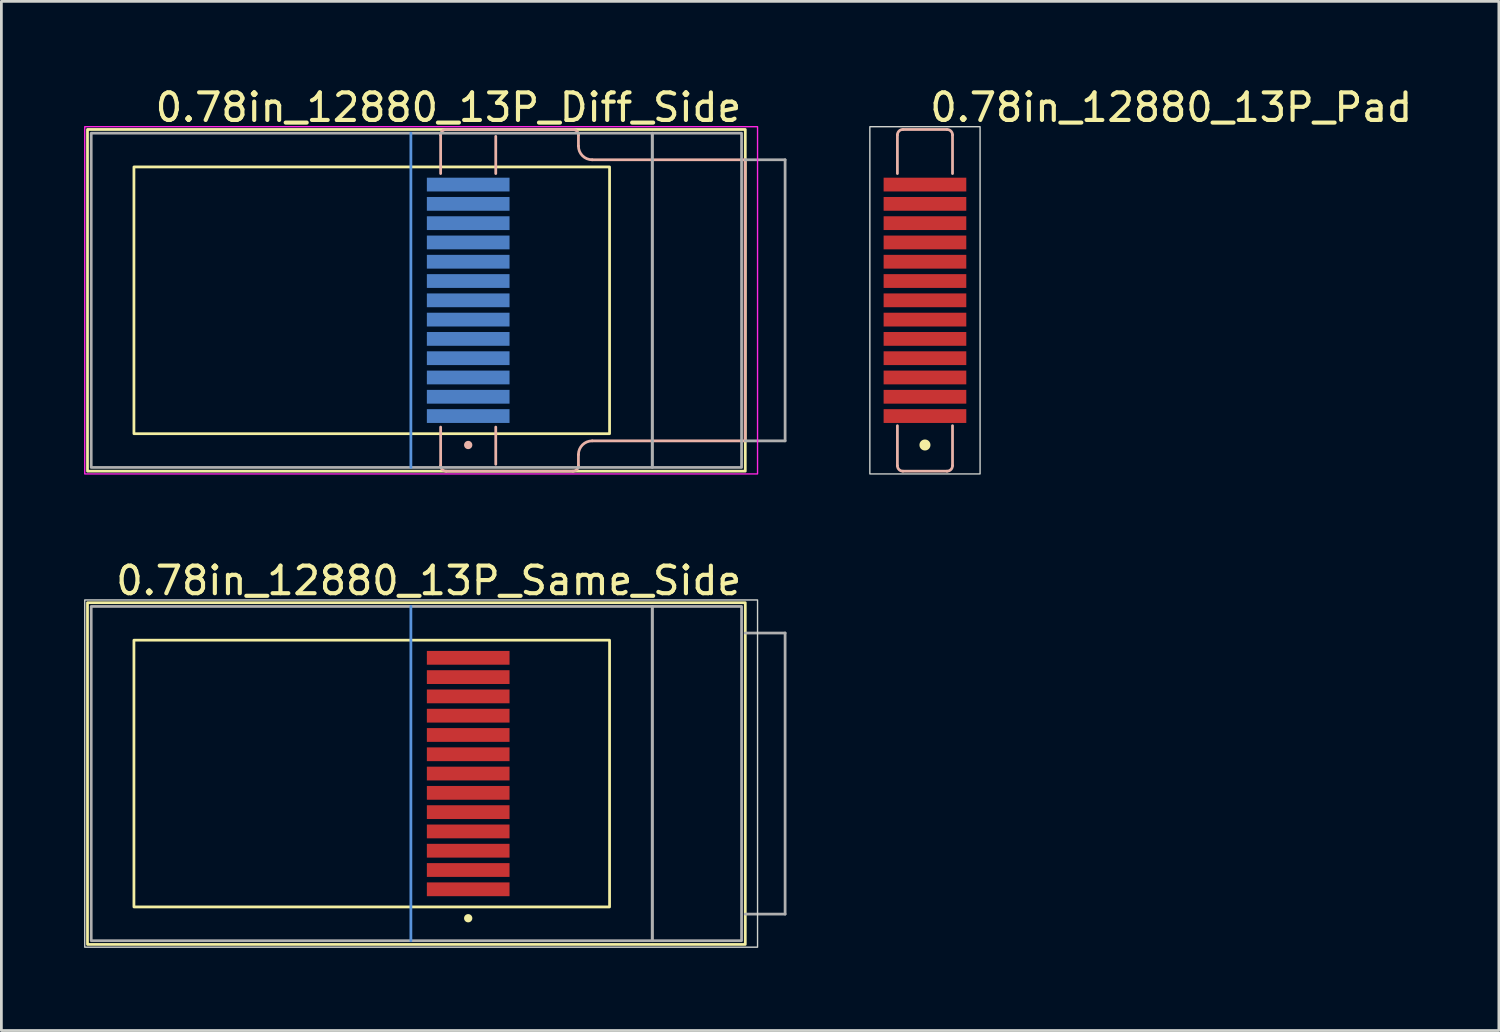
<source format=kicad_pcb>
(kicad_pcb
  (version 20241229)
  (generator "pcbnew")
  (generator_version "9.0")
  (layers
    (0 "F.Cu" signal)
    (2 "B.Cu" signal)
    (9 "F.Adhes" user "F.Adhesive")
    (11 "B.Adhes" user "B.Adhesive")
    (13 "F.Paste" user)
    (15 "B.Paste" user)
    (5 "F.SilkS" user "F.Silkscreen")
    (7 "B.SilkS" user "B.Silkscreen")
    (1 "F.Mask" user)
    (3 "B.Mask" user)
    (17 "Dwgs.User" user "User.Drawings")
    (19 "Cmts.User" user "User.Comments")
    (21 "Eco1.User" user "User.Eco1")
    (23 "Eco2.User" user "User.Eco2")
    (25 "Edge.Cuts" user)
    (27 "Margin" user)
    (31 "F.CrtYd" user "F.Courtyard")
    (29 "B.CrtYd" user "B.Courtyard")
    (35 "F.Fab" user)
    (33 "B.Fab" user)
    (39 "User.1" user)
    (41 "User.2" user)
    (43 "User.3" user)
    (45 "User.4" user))
  (footprint "0.78in_12880_13P_Pad"
    (layer "F.Cu")
    (at 30.515 7.848)
    (property "Reference" "0.78in_12880_13P_Pad" (at 0.1 -7 180) (layer "F.SilkS") (effects (font (size 1 1) (thickness 0.15)) (justify left)))
    (attr through_hole)
    (fp_circle (center 0 5.25) (end 0 5.4) (stroke (width 0.1) (type solid)) (fill yes) (layer "F.SilkS"))
    (fp_line (start -1 -6) (end -1 -4.6) (stroke (width 0.1) (type solid)) (layer "B.SilkS"))
    (fp_line (start -1 6) (end -1 4.55) (stroke (width 0.1) (type solid)) (layer "B.SilkS"))
    (fp_line (start -0.8 -6.2) (end 0.8 -6.2) (stroke (width 0.1) (type solid)) (layer "B.SilkS"))
    (fp_line (start -0.8 6.2) (end 0.8 6.2) (stroke (width 0.1) (type solid)) (layer "B.SilkS"))
    (fp_line (start 1 -6) (end 1 -4.6) (stroke (width 0.1) (type solid)) (layer "B.SilkS"))
    (fp_line (start 1 6) (end 1 4.55) (stroke (width 0.1) (type solid)) (layer "B.SilkS"))
    (fp_arc (start -1 -6) (mid -0.941421 -6.141421) (end -0.8 -6.2) (stroke (width 0.1) (type default)) (layer "B.SilkS"))
    (fp_arc (start -0.8 6.2) (mid -0.941421 6.141421) (end -1 6) (stroke (width 0.1) (type default)) (layer "B.SilkS"))
    (fp_arc (start 0.8 -6.2) (mid 0.941421 -6.141421) (end 1 -6) (stroke (width 0.1) (type default)) (layer "B.SilkS"))
    (fp_arc (start 1 6) (mid 0.941421 6.141421) (end 0.8 6.2) (stroke (width 0.1) (type default)) (layer "B.SilkS"))
    (fp_rect (start -2 -6.3) (end 2 6.3) (stroke (width 0.05) (type solid)) (fill no) (layer "Edge.Cuts"))
    (pad "1" smd rect (at 0 4.2) (size 3 0.5) (layers "F.Cu" "F.Mask" "F.Paste"))
    (pad "2" smd rect (at 0 3.5) (size 3 0.5) (layers "F.Cu" "F.Mask" "F.Paste"))
    (pad "3" smd rect (at 0 2.8) (size 3 0.5) (layers "F.Cu" "F.Mask" "F.Paste"))
    (pad "4" smd rect (at 0 2.1) (size 3 0.5) (layers "F.Cu" "F.Mask" "F.Paste"))
    (pad "5" smd rect (at 0 1.4) (size 3 0.5) (layers "F.Cu" "F.Mask" "F.Paste"))
    (pad "6" smd rect (at 0 0.7) (size 3 0.5) (layers "F.Cu" "F.Mask" "F.Paste"))
    (pad "7" smd rect (at 0 0) (size 3 0.5) (layers "F.Cu" "F.Mask" "F.Paste"))
    (pad "8" smd rect (at 0 -0.7) (size 3 0.5) (layers "F.Cu" "F.Mask" "F.Paste"))
    (pad "9" smd rect (at 0 -1.4) (size 3 0.5) (layers "F.Cu" "F.Mask" "F.Paste"))
    (pad "10" smd rect (at 0 -2.1) (size 3 0.5) (layers "F.Cu" "F.Mask" "F.Paste"))
    (pad "11" smd rect (at 0 -2.8) (size 3 0.5) (layers "F.Cu" "F.Mask" "F.Paste"))
    (pad "12" smd rect (at 0 -3.5) (size 3 0.5) (layers "F.Cu" "F.Mask" "F.Paste"))
    (pad "13" smd rect (at 0 -4.2) (size 3 0.5) (layers "F.Cu" "F.Mask" "F.Paste")))
  (footprint "0.78in_12880_13P_Diff_Side"
    (layer "F.Cu")
    (at 10.44 7.848)
    (property "Reference" "0.78in_12880_13P_Diff_Side" (at 13.5 -7 180) (layer "F.SilkS") (effects (font (size 1 1) (thickness 0.15)) (justify right)))
    (attr through_hole)
    (fp_rect (start -10.315 -6.2) (end 13.555 6.2) (stroke (width 0.1) (type solid)) (fill no) (layer "F.SilkS"))
    (fp_rect (start -8.63 -4.84) (end 8.63 4.84) (stroke (width 0.1) (type solid)) (fill no) (layer "F.SilkS"))
    (fp_line (start 2.5 -6) (end 2.5 -4.6) (stroke (width 0.1) (type solid)) (layer "B.SilkS"))
    (fp_line (start 2.5 6) (end 2.5 4.6) (stroke (width 0.1) (type solid)) (layer "B.SilkS"))
    (fp_line (start 2.7 -6.2) (end 7.3 -6.2) (stroke (width 0.1) (type solid)) (layer "B.SilkS"))
    (fp_line (start 2.7 6.2) (end 7.3 6.2) (stroke (width 0.1) (type solid)) (layer "B.SilkS"))
    (fp_line (start 4.5 -5.95) (end 4.5 -4.6) (stroke (width 0.1) (type default)) (layer "B.SilkS"))
    (fp_line (start 4.5 5.95) (end 4.5 4.6) (stroke (width 0.1) (type default)) (layer "B.SilkS"))
    (fp_line (start 7.5 -6) (end 7.5 -5.6) (stroke (width 0.1) (type default)) (layer "B.SilkS"))
    (fp_line (start 7.5 5.6) (end 7.5 6) (stroke (width 0.1) (type default)) (layer "B.SilkS"))
    (fp_line (start 8 -5.1) (end 13.55 -5.1) (stroke (width 0.1) (type solid)) (layer "B.SilkS"))
    (fp_line (start 8 5.1) (end 13.55 5.1) (stroke (width 0.1) (type solid)) (layer "B.SilkS"))
    (fp_line (start 13.55 -5.1) (end 13.55 5.1) (stroke (width 0.1) (type default)) (layer "B.SilkS"))
    (fp_arc (start 2.5 -6) (mid 2.558579 -6.141421) (end 2.7 -6.2) (stroke (width 0.1) (type default)) (layer "B.SilkS"))
    (fp_arc (start 2.7 6.2) (mid 2.558579 6.141421) (end 2.5 6) (stroke (width 0.1) (type default)) (layer "B.SilkS"))
    (fp_arc (start 7.3 -6.2) (mid 7.441421 -6.141421) (end 7.5 -6) (stroke (width 0.1) (type default)) (layer "B.SilkS"))
    (fp_arc (start 7.5 5.6) (mid 7.646447 5.246447) (end 8 5.1) (stroke (width 0.1) (type default)) (layer "B.SilkS"))
    (fp_arc (start 7.5 6) (mid 7.441421 6.141421) (end 7.3 6.2) (stroke (width 0.1) (type default)) (layer "B.SilkS"))
    (fp_arc (start 8 -5.1) (mid 7.646447 -5.246447) (end 7.5 -5.6) (stroke (width 0.1) (type default)) (layer "B.SilkS"))
    (fp_circle (center 3.5 5.25) (end 3.5 5.35) (stroke (width 0.1) (type solid)) (fill yes) (layer "B.SilkS"))
    (fp_line (start 1.42 -6.065) (end 1.42 6.065) (stroke (width 0.1) (type solid)) (layer "Cmts.User"))
    (fp_rect (start -10.415 -6.3) (end 14 6.3) (stroke (width 0.05) (type solid)) (fill no) (layer "F.CrtYd"))
    (fp_line (start 13.555 -5.1) (end 15 -5.1) (stroke (width 0.1) (type solid)) (layer "F.Fab"))
    (fp_line (start 13.555 5.1) (end 15 5.1) (stroke (width 0.1) (type solid)) (layer "F.Fab"))
    (fp_line (start 15 -5.1) (end 15 5.1) (stroke (width 0.1) (type solid)) (layer "F.Fab"))
    (fp_rect (start -10.18 -6.065) (end 10.18 6.065) (stroke (width 0.1) (type solid)) (fill no) (layer "F.Fab"))
    (fp_rect (start 10.18 -6.065) (end 13.42 6.065) (stroke (width 0.1) (type solid)) (fill no) (layer "F.Fab"))
    (pad "1" smd rect (at 3.5 4.2) (size 3 0.5) (layers "B.Cu" "B.Mask" "B.Paste"))
    (pad "2" smd rect (at 3.5 3.5) (size 3 0.5) (layers "B.Cu" "B.Mask" "B.Paste"))
    (pad "3" smd rect (at 3.5 2.8) (size 3 0.5) (layers "B.Cu" "B.Mask" "B.Paste"))
    (pad "4" smd rect (at 3.5 2.1) (size 3 0.5) (layers "B.Cu" "B.Mask" "B.Paste"))
    (pad "5" smd rect (at 3.5 1.4) (size 3 0.5) (layers "B.Cu" "B.Mask" "B.Paste"))
    (pad "6" smd rect (at 3.5 0.7) (size 3 0.5) (layers "B.Cu" "B.Mask" "B.Paste"))
    (pad "7" smd rect (at 3.5 0) (size 3 0.5) (layers "B.Cu" "B.Mask" "B.Paste"))
    (pad "8" smd rect (at 3.5 -0.7) (size 3 0.5) (layers "B.Cu" "B.Mask" "B.Paste"))
    (pad "9" smd rect (at 3.5 -1.4) (size 3 0.5) (layers "B.Cu" "B.Mask" "B.Paste"))
    (pad "10" smd rect (at 3.5 -2.1) (size 3 0.5) (layers "B.Cu" "B.Mask" "B.Paste"))
    (pad "11" smd rect (at 3.5 -2.8) (size 3 0.5) (layers "B.Cu" "B.Mask" "B.Paste"))
    (pad "12" smd rect (at 3.5 -3.5) (size 3 0.5) (layers "B.Cu" "B.Mask" "B.Paste"))
    (pad "13" smd rect (at 3.5 -4.2) (size 3 0.5) (layers "B.Cu" "B.Mask" "B.Paste")))
  (footprint "0.78in_12880_13P_Same_Side"
    (layer "F.Cu")
    (at 10.44 25.021)
    (property "Reference" "0.78in_12880_13P_Same_Side" (at 13.5 -7 180) (layer "F.SilkS") (effects (font (size 1 1) (thickness 0.15)) (justify right)))
    (attr through_hole)
    (fp_rect (start -10.315 -6.2) (end 13.555 6.2) (stroke (width 0.1) (type solid)) (fill no) (layer "F.SilkS"))
    (fp_rect (start -8.63 -4.84) (end 8.63 4.84) (stroke (width 0.1) (type solid)) (fill no) (layer "F.SilkS"))
    (fp_circle (center 3.5 5.25) (end 3.5 5.35) (stroke (width 0.1) (type solid)) (fill yes) (layer "F.SilkS"))
    (fp_line (start 1.42 -6.065) (end 1.42 6.065) (stroke (width 0.1) (type solid)) (layer "Cmts.User"))
    (fp_rect (start -10.415 -6.3) (end 14 6.3) (stroke (width 0.05) (type solid)) (fill no) (layer "Edge.Cuts"))
    (fp_line (start 13.555 -5.1) (end 15 -5.1) (stroke (width 0.1) (type solid)) (layer "F.Fab"))
    (fp_line (start 13.555 5.1) (end 15 5.1) (stroke (width 0.1) (type solid)) (layer "F.Fab"))
    (fp_line (start 15 -5.1) (end 15 5.1) (stroke (width 0.1) (type solid)) (layer "F.Fab"))
    (fp_rect (start -10.18 -6.065) (end 10.18 6.065) (stroke (width 0.1) (type solid)) (fill no) (layer "F.Fab"))
    (fp_rect (start 10.18 -6.065) (end 13.42 6.065) (stroke (width 0.1) (type solid)) (fill no) (layer "F.Fab"))
    (pad "1" smd rect (at 3.5 4.2) (size 3 0.5) (layers "F.Cu" "F.Mask" "F.Paste"))
    (pad "2" smd rect (at 3.5 3.5) (size 3 0.5) (layers "F.Cu" "F.Mask" "F.Paste"))
    (pad "3" smd rect (at 3.5 2.8) (size 3 0.5) (layers "F.Cu" "F.Mask" "F.Paste"))
    (pad "4" smd rect (at 3.5 2.1) (size 3 0.5) (layers "F.Cu" "F.Mask" "F.Paste"))
    (pad "5" smd rect (at 3.5 1.4) (size 3 0.5) (layers "F.Cu" "F.Mask" "F.Paste"))
    (pad "6" smd rect (at 3.5 0.7) (size 3 0.5) (layers "F.Cu" "F.Mask" "F.Paste"))
    (pad "7" smd rect (at 3.5 0) (size 3 0.5) (layers "F.Cu" "F.Mask" "F.Paste"))
    (pad "8" smd rect (at 3.5 -0.7) (size 3 0.5) (layers "F.Cu" "F.Mask" "F.Paste"))
    (pad "9" smd rect (at 3.5 -1.4) (size 3 0.5) (layers "F.Cu" "F.Mask" "F.Paste"))
    (pad "10" smd rect (at 3.5 -2.1) (size 3 0.5) (layers "F.Cu" "F.Mask" "F.Paste"))
    (pad "11" smd rect (at 3.5 -2.8) (size 3 0.5) (layers "F.Cu" "F.Mask" "F.Paste"))
    (pad "12" smd rect (at 3.5 -3.5) (size 3 0.5) (layers "F.Cu" "F.Mask" "F.Paste"))
    (pad "13" smd rect (at 3.5 -4.2) (size 3 0.5) (layers "F.Cu" "F.Mask" "F.Paste")))
  (gr_rect
    (start -3 -3)
    (end 51.341 34.346)
    (stroke (width 0.1) (type default))
    (fill no)
    (layer "Edge.Cuts")))
</source>
